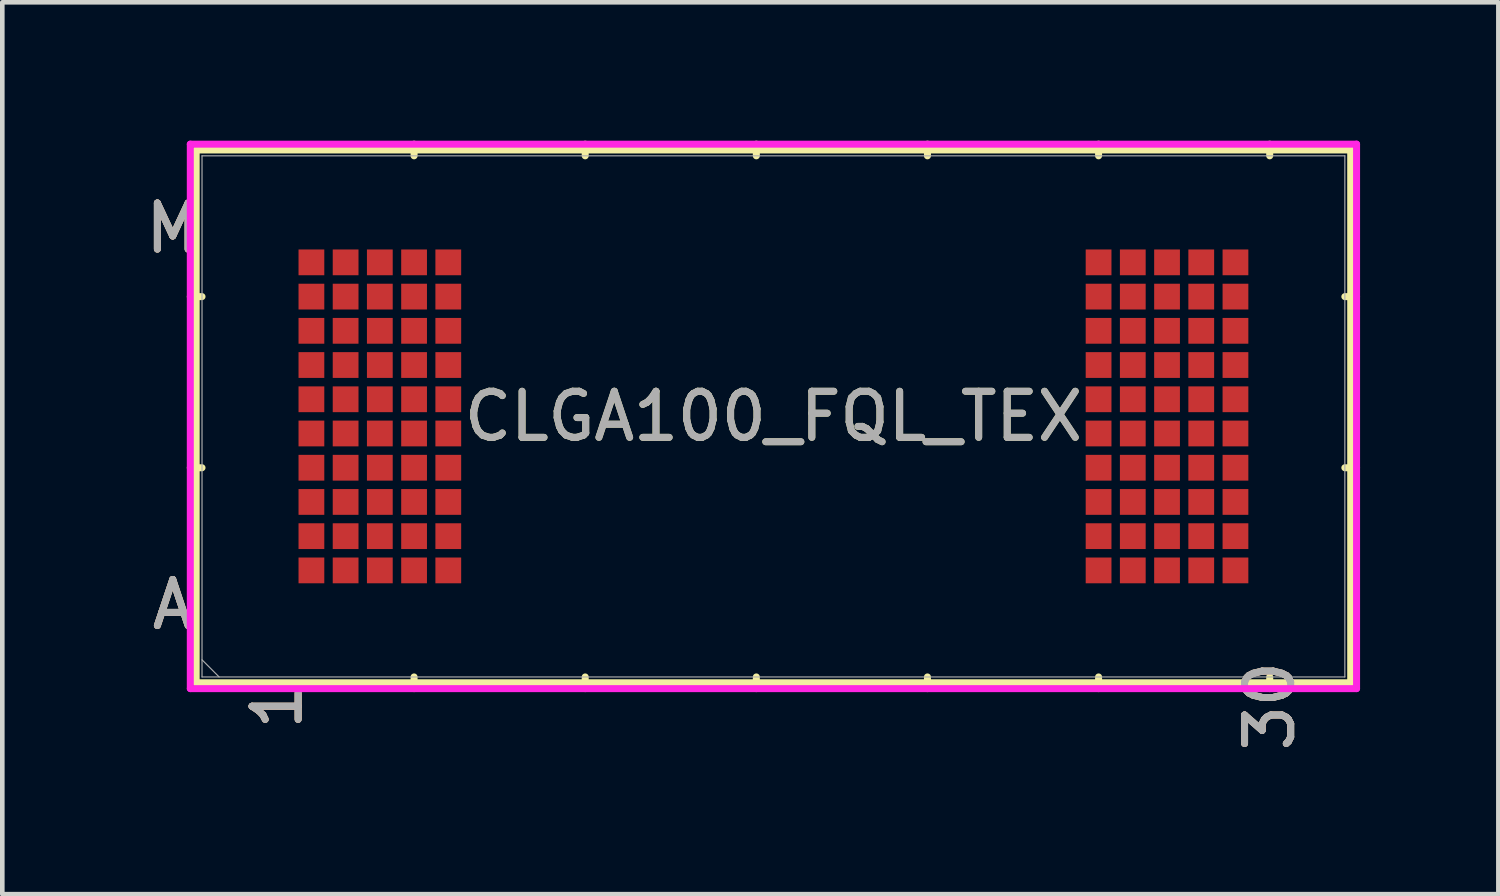
<source format=kicad_pcb>
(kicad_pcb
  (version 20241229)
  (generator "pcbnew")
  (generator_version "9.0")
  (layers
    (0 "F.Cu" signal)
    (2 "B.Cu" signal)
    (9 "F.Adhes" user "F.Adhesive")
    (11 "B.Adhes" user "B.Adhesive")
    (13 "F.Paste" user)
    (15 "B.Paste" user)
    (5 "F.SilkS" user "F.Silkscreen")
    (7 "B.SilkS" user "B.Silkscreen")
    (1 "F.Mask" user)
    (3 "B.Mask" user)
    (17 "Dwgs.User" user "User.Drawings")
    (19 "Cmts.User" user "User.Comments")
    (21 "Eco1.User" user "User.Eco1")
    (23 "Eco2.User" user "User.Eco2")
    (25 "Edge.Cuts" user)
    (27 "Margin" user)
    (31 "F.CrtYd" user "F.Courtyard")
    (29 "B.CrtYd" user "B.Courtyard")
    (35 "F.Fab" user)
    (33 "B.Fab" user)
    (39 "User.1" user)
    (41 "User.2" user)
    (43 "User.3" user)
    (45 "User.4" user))
  (footprint "CLGA100_FQL_TEX"
    (layer "F.Cu")
    (at 13.727 5.982)
    (property "Reference" "CLGA100_FQL_TEX" (at 0 0 0) (unlocked yes) (layer "F.SilkS") (effects (font (size 1 1) (thickness 0.15))))
    (attr smd)
    (fp_line (start -12.522 -5.779) (end -12.522 5.779) (stroke (width 0.152) (type solid)) (layer "F.SilkS"))
    (fp_line (start -12.522 5.779) (end 12.522 5.779) (stroke (width 0.152) (type solid)) (layer "F.SilkS"))
    (fp_line (start -12.395 -2.598) (end -12.649 -2.598) (stroke (width 0.152) (type solid)) (layer "F.SilkS"))
    (fp_line (start -12.395 1.114) (end -12.649 1.114) (stroke (width 0.152) (type solid)) (layer "F.SilkS"))
    (fp_line (start -7.795 -5.652) (end -7.795 -5.905) (stroke (width 0.152) (type solid)) (layer "F.SilkS"))
    (fp_line (start -7.795 5.652) (end -7.795 5.905) (stroke (width 0.152) (type solid)) (layer "F.SilkS"))
    (fp_line (start -4.083 -5.652) (end -4.083 -5.905) (stroke (width 0.152) (type solid)) (layer "F.SilkS"))
    (fp_line (start -4.083 5.652) (end -4.083 5.905) (stroke (width 0.152) (type solid)) (layer "F.SilkS"))
    (fp_line (start -0.371 -5.652) (end -0.371 -5.905) (stroke (width 0.152) (type solid)) (layer "F.SilkS"))
    (fp_line (start -0.371 5.652) (end -0.371 5.905) (stroke (width 0.152) (type solid)) (layer "F.SilkS"))
    (fp_line (start 3.341 -5.652) (end 3.341 -5.905) (stroke (width 0.152) (type solid)) (layer "F.SilkS"))
    (fp_line (start 3.341 5.652) (end 3.341 5.905) (stroke (width 0.152) (type solid)) (layer "F.SilkS"))
    (fp_line (start 7.053 -5.652) (end 7.053 -5.905) (stroke (width 0.152) (type solid)) (layer "F.SilkS"))
    (fp_line (start 7.053 5.652) (end 7.053 5.905) (stroke (width 0.152) (type solid)) (layer "F.SilkS"))
    (fp_line (start 10.765 -5.652) (end 10.765 -5.905) (stroke (width 0.152) (type solid)) (layer "F.SilkS"))
    (fp_line (start 10.765 5.652) (end 10.765 5.905) (stroke (width 0.152) (type solid)) (layer "F.SilkS"))
    (fp_line (start 12.395 -2.598) (end 12.649 -2.598) (stroke (width 0.152) (type solid)) (layer "F.SilkS"))
    (fp_line (start 12.395 1.114) (end 12.649 1.114) (stroke (width 0.152) (type solid)) (layer "F.SilkS"))
    (fp_line (start 12.522 -5.779) (end -12.522 -5.779) (stroke (width 0.152) (type solid)) (layer "F.SilkS"))
    (fp_line (start 12.522 5.779) (end 12.522 -5.779) (stroke (width 0.152) (type solid)) (layer "F.SilkS"))
    (fp_poly (pts (xy -11.581 -4.899) (xy 11.581 -4.899) (xy 11.581 4.899) (xy -11.581 4.899)) (stroke (width 0.1) (type solid)) (fill no) (layer "Eco2.User"))
    (fp_line (start -12.649 -5.905) (end 12.649 -5.905) (stroke (width 0.152) (type solid)) (layer "F.CrtYd"))
    (fp_line (start -12.649 5.905) (end -12.649 -5.905) (stroke (width 0.152) (type solid)) (layer "F.CrtYd"))
    (fp_line (start 12.649 -5.905) (end 12.649 5.905) (stroke (width 0.152) (type solid)) (layer "F.CrtYd"))
    (fp_line (start 12.649 5.905) (end -12.649 5.905) (stroke (width 0.152) (type solid)) (layer "F.CrtYd"))
    (fp_line (start -12.395 -5.652) (end -12.395 5.652) (stroke (width 0.025) (type solid)) (layer "F.Fab"))
    (fp_line (start -12.395 5.28) (end -12.024 5.652) (stroke (width 0.025) (type solid)) (layer "F.Fab"))
    (fp_line (start -12.395 5.652) (end 12.395 5.652) (stroke (width 0.025) (type solid)) (layer "F.Fab"))
    (fp_line (start 12.395 -5.652) (end -12.395 -5.652) (stroke (width 0.025) (type solid)) (layer "F.Fab"))
    (fp_line (start 12.395 5.652) (end 12.395 -5.652) (stroke (width 0.025) (type solid)) (layer "F.Fab"))
    (fp_text user "A" (at -13.03 4.083 0) (unlocked yes) (layer "F.SilkS") (effects (font (size 1 1) (thickness 0.15))))
    (fp_text user "1" (at -10.765 6.287 90) (unlocked yes) (layer "F.SilkS") (effects (font (size 1 1) (thickness 0.15))))
    (fp_text user "M" (at -13.03 -4.083 0) (unlocked yes) (layer "F.SilkS") (effects (font (size 1 1) (thickness 0.15))))
    (fp_text user "30" (at 10.765 6.287 90) (unlocked yes) (layer "F.SilkS") (effects (font (size 1 1) (thickness 0.15))))
    (fp_text user "1" (at -10.765 6.287 90) (unlocked yes) (layer "B.SilkS") (effects (font (size 1 1) (thickness 0.15))))
    (fp_text user "30" (at 10.765 6.287 90) (unlocked yes) (layer "B.SilkS") (effects (font (size 1 1) (thickness 0.15))))
    (fp_text user "A" (at -13.03 4.083 0) (unlocked yes) (layer "B.SilkS") (effects (font (size 1 1) (thickness 0.15))))
    (fp_text user "M" (at -13.03 -4.083 0) (unlocked yes) (layer "B.SilkS") (effects (font (size 1 1) (thickness 0.15))))
    (fp_text user "30" (at 10.765 6.287 90) (unlocked yes) (layer "F.Fab") (effects (font (size 1 1) (thickness 0.15))))
    (fp_text user "${REFERENCE}" (at 0 0 0) (unlocked yes) (layer "F.Fab") (effects (font (size 1 1) (thickness 0.15))))
    (fp_text user "A" (at -13.03 4.083 0) (unlocked yes) (layer "F.Fab") (effects (font (size 1 1) (thickness 0.15))))
    (fp_text user "1" (at -10.765 6.287 90) (unlocked yes) (layer "F.Fab") (effects (font (size 1 1) (thickness 0.15))))
    (fp_text user "M" (at -13.03 -4.083 0) (unlocked yes) (layer "F.Fab") (effects (font (size 1 1) (thickness 0.15))))
    (pad "B2" smd rect (at -10.022 3.341) (size 0.559 0.559) (layers "F.Cu" "F.Mask" "F.Paste"))
    (pad "B3" smd rect (at -9.28 3.341) (size 0.559 0.559) (layers "F.Cu" "F.Mask" "F.Paste"))
    (pad "B4" smd rect (at -8.538 3.341) (size 0.559 0.559) (layers "F.Cu" "F.Mask" "F.Paste"))
    (pad "B5" smd rect (at -7.795 3.341) (size 0.559 0.559) (layers "F.Cu" "F.Mask" "F.Paste"))
    (pad "B6" smd rect (at -7.053 3.341) (size 0.559 0.559) (layers "F.Cu" "F.Mask" "F.Paste"))
    (pad "B25" smd rect (at 7.053 3.341) (size 0.559 0.559) (layers "F.Cu" "F.Mask" "F.Paste"))
    (pad "B26" smd rect (at 7.795 3.341) (size 0.559 0.559) (layers "F.Cu" "F.Mask" "F.Paste"))
    (pad "B27" smd rect (at 8.538 3.341) (size 0.559 0.559) (layers "F.Cu" "F.Mask" "F.Paste"))
    (pad "B28" smd rect (at 9.28 3.341) (size 0.559 0.559) (layers "F.Cu" "F.Mask" "F.Paste"))
    (pad "B29" smd rect (at 10.022 3.341) (size 0.559 0.559) (layers "F.Cu" "F.Mask" "F.Paste"))
    (pad "C2" smd rect (at -10.022 2.598) (size 0.559 0.559) (layers "F.Cu" "F.Mask" "F.Paste"))
    (pad "C3" smd rect (at -9.28 2.598) (size 0.559 0.559) (layers "F.Cu" "F.Mask" "F.Paste"))
    (pad "C4" smd rect (at -8.538 2.598) (size 0.559 0.559) (layers "F.Cu" "F.Mask" "F.Paste"))
    (pad "C5" smd rect (at -7.795 2.598) (size 0.559 0.559) (layers "F.Cu" "F.Mask" "F.Paste"))
    (pad "C6" smd rect (at -7.053 2.598) (size 0.559 0.559) (layers "F.Cu" "F.Mask" "F.Paste"))
    (pad "C25" smd rect (at 7.053 2.598) (size 0.559 0.559) (layers "F.Cu" "F.Mask" "F.Paste"))
    (pad "C26" smd rect (at 7.795 2.598) (size 0.559 0.559) (layers "F.Cu" "F.Mask" "F.Paste"))
    (pad "C27" smd rect (at 8.538 2.598) (size 0.559 0.559) (layers "F.Cu" "F.Mask" "F.Paste"))
    (pad "C28" smd rect (at 9.28 2.598) (size 0.559 0.559) (layers "F.Cu" "F.Mask" "F.Paste"))
    (pad "C29" smd rect (at 10.022 2.598) (size 0.559 0.559) (layers "F.Cu" "F.Mask" "F.Paste"))
    (pad "D2" smd rect (at -10.022 1.856) (size 0.559 0.559) (layers "F.Cu" "F.Mask" "F.Paste"))
    (pad "D3" smd rect (at -9.28 1.856) (size 0.559 0.559) (layers "F.Cu" "F.Mask" "F.Paste"))
    (pad "D4" smd rect (at -8.538 1.856) (size 0.559 0.559) (layers "F.Cu" "F.Mask" "F.Paste"))
    (pad "D5" smd rect (at -7.795 1.856) (size 0.559 0.559) (layers "F.Cu" "F.Mask" "F.Paste"))
    (pad "D6" smd rect (at -7.053 1.856) (size 0.559 0.559) (layers "F.Cu" "F.Mask" "F.Paste"))
    (pad "D25" smd rect (at 7.053 1.856) (size 0.559 0.559) (layers "F.Cu" "F.Mask" "F.Paste"))
    (pad "D26" smd rect (at 7.795 1.856) (size 0.559 0.559) (layers "F.Cu" "F.Mask" "F.Paste"))
    (pad "D27" smd rect (at 8.538 1.856) (size 0.559 0.559) (layers "F.Cu" "F.Mask" "F.Paste"))
    (pad "D28" smd rect (at 9.28 1.856) (size 0.559 0.559) (layers "F.Cu" "F.Mask" "F.Paste"))
    (pad "D29" smd rect (at 10.022 1.856) (size 0.559 0.559) (layers "F.Cu" "F.Mask" "F.Paste"))
    (pad "E2" smd rect (at -10.022 1.114) (size 0.559 0.559) (layers "F.Cu" "F.Mask" "F.Paste"))
    (pad "E3" smd rect (at -9.28 1.114) (size 0.559 0.559) (layers "F.Cu" "F.Mask" "F.Paste"))
    (pad "E4" smd rect (at -8.538 1.114) (size 0.559 0.559) (layers "F.Cu" "F.Mask" "F.Paste"))
    (pad "E5" smd rect (at -7.795 1.114) (size 0.559 0.559) (layers "F.Cu" "F.Mask" "F.Paste"))
    (pad "E6" smd rect (at -7.053 1.114) (size 0.559 0.559) (layers "F.Cu" "F.Mask" "F.Paste"))
    (pad "E25" smd rect (at 7.053 1.114) (size 0.559 0.559) (layers "F.Cu" "F.Mask" "F.Paste"))
    (pad "E26" smd rect (at 7.795 1.114) (size 0.559 0.559) (layers "F.Cu" "F.Mask" "F.Paste"))
    (pad "E27" smd rect (at 8.538 1.114) (size 0.559 0.559) (layers "F.Cu" "F.Mask" "F.Paste"))
    (pad "E28" smd rect (at 9.28 1.114) (size 0.559 0.559) (layers "F.Cu" "F.Mask" "F.Paste"))
    (pad "E29" smd rect (at 10.022 1.114) (size 0.559 0.559) (layers "F.Cu" "F.Mask" "F.Paste"))
    (pad "F2" smd rect (at -10.022 0.371) (size 0.559 0.559) (layers "F.Cu" "F.Mask" "F.Paste"))
    (pad "F3" smd rect (at -9.28 0.371) (size 0.559 0.559) (layers "F.Cu" "F.Mask" "F.Paste"))
    (pad "F4" smd rect (at -8.538 0.371) (size 0.559 0.559) (layers "F.Cu" "F.Mask" "F.Paste"))
    (pad "F5" smd rect (at -7.795 0.371) (size 0.559 0.559) (layers "F.Cu" "F.Mask" "F.Paste"))
    (pad "F6" smd rect (at -7.053 0.371) (size 0.559 0.559) (layers "F.Cu" "F.Mask" "F.Paste"))
    (pad "F25" smd rect (at 7.053 0.371) (size 0.559 0.559) (layers "F.Cu" "F.Mask" "F.Paste"))
    (pad "F26" smd rect (at 7.795 0.371) (size 0.559 0.559) (layers "F.Cu" "F.Mask" "F.Paste"))
    (pad "F27" smd rect (at 8.538 0.371) (size 0.559 0.559) (layers "F.Cu" "F.Mask" "F.Paste"))
    (pad "F28" smd rect (at 9.28 0.371) (size 0.559 0.559) (layers "F.Cu" "F.Mask" "F.Paste"))
    (pad "F29" smd rect (at 10.022 0.371) (size 0.559 0.559) (layers "F.Cu" "F.Mask" "F.Paste"))
    (pad "G2" smd rect (at -10.022 -0.371) (size 0.559 0.559) (layers "F.Cu" "F.Mask" "F.Paste"))
    (pad "G3" smd rect (at -9.28 -0.371) (size 0.559 0.559) (layers "F.Cu" "F.Mask" "F.Paste"))
    (pad "G4" smd rect (at -8.538 -0.371) (size 0.559 0.559) (layers "F.Cu" "F.Mask" "F.Paste"))
    (pad "G5" smd rect (at -7.795 -0.371) (size 0.559 0.559) (layers "F.Cu" "F.Mask" "F.Paste"))
    (pad "G6" smd rect (at -7.053 -0.371) (size 0.559 0.559) (layers "F.Cu" "F.Mask" "F.Paste"))
    (pad "G25" smd rect (at 7.053 -0.371) (size 0.559 0.559) (layers "F.Cu" "F.Mask" "F.Paste"))
    (pad "G26" smd rect (at 7.795 -0.371) (size 0.559 0.559) (layers "F.Cu" "F.Mask" "F.Paste"))
    (pad "G27" smd rect (at 8.538 -0.371) (size 0.559 0.559) (layers "F.Cu" "F.Mask" "F.Paste"))
    (pad "G28" smd rect (at 9.28 -0.371) (size 0.559 0.559) (layers "F.Cu" "F.Mask" "F.Paste"))
    (pad "G29" smd rect (at 10.022 -0.371) (size 0.559 0.559) (layers "F.Cu" "F.Mask" "F.Paste"))
    (pad "H2" smd rect (at -10.022 -1.114) (size 0.559 0.559) (layers "F.Cu" "F.Mask" "F.Paste"))
    (pad "H3" smd rect (at -9.28 -1.114) (size 0.559 0.559) (layers "F.Cu" "F.Mask" "F.Paste"))
    (pad "H4" smd rect (at -8.538 -1.114) (size 0.559 0.559) (layers "F.Cu" "F.Mask" "F.Paste"))
    (pad "H5" smd rect (at -7.795 -1.114) (size 0.559 0.559) (layers "F.Cu" "F.Mask" "F.Paste"))
    (pad "H6" smd rect (at -7.053 -1.114) (size 0.559 0.559) (layers "F.Cu" "F.Mask" "F.Paste"))
    (pad "H25" smd rect (at 7.053 -1.114) (size 0.559 0.559) (layers "F.Cu" "F.Mask" "F.Paste"))
    (pad "H26" smd rect (at 7.795 -1.114) (size 0.559 0.559) (layers "F.Cu" "F.Mask" "F.Paste"))
    (pad "H27" smd rect (at 8.538 -1.114) (size 0.559 0.559) (layers "F.Cu" "F.Mask" "F.Paste"))
    (pad "H28" smd rect (at 9.28 -1.114) (size 0.559 0.559) (layers "F.Cu" "F.Mask" "F.Paste"))
    (pad "H29" smd rect (at 10.022 -1.114) (size 0.559 0.559) (layers "F.Cu" "F.Mask" "F.Paste"))
    (pad "J2" smd rect (at -10.022 -1.856) (size 0.559 0.559) (layers "F.Cu" "F.Mask" "F.Paste"))
    (pad "J3" smd rect (at -9.28 -1.856) (size 0.559 0.559) (layers "F.Cu" "F.Mask" "F.Paste"))
    (pad "J4" smd rect (at -8.538 -1.856) (size 0.559 0.559) (layers "F.Cu" "F.Mask" "F.Paste"))
    (pad "J5" smd rect (at -7.795 -1.856) (size 0.559 0.559) (layers "F.Cu" "F.Mask" "F.Paste"))
    (pad "J6" smd rect (at -7.053 -1.856) (size 0.559 0.559) (layers "F.Cu" "F.Mask" "F.Paste"))
    (pad "J25" smd rect (at 7.053 -1.856) (size 0.559 0.559) (layers "F.Cu" "F.Mask" "F.Paste"))
    (pad "J26" smd rect (at 7.795 -1.856) (size 0.559 0.559) (layers "F.Cu" "F.Mask" "F.Paste"))
    (pad "J27" smd rect (at 8.538 -1.856) (size 0.559 0.559) (layers "F.Cu" "F.Mask" "F.Paste"))
    (pad "J28" smd rect (at 9.28 -1.856) (size 0.559 0.559) (layers "F.Cu" "F.Mask" "F.Paste"))
    (pad "J29" smd rect (at 10.022 -1.856) (size 0.559 0.559) (layers "F.Cu" "F.Mask" "F.Paste"))
    (pad "K2" smd rect (at -10.022 -2.598) (size 0.559 0.559) (layers "F.Cu" "F.Mask" "F.Paste"))
    (pad "K3" smd rect (at -9.28 -2.598) (size 0.559 0.559) (layers "F.Cu" "F.Mask" "F.Paste"))
    (pad "K4" smd rect (at -8.538 -2.598) (size 0.559 0.559) (layers "F.Cu" "F.Mask" "F.Paste"))
    (pad "K5" smd rect (at -7.795 -2.598) (size 0.559 0.559) (layers "F.Cu" "F.Mask" "F.Paste"))
    (pad "K6" smd rect (at -7.053 -2.598) (size 0.559 0.559) (layers "F.Cu" "F.Mask" "F.Paste"))
    (pad "K25" smd rect (at 7.053 -2.598) (size 0.559 0.559) (layers "F.Cu" "F.Mask" "F.Paste"))
    (pad "K26" smd rect (at 7.795 -2.598) (size 0.559 0.559) (layers "F.Cu" "F.Mask" "F.Paste"))
    (pad "K27" smd rect (at 8.538 -2.598) (size 0.559 0.559) (layers "F.Cu" "F.Mask" "F.Paste"))
    (pad "K28" smd rect (at 9.28 -2.598) (size 0.559 0.559) (layers "F.Cu" "F.Mask" "F.Paste"))
    (pad "K29" smd rect (at 10.022 -2.598) (size 0.559 0.559) (layers "F.Cu" "F.Mask" "F.Paste"))
    (pad "L2" smd rect (at -10.022 -3.341) (size 0.559 0.559) (layers "F.Cu" "F.Mask" "F.Paste"))
    (pad "L3" smd rect (at -9.28 -3.341) (size 0.559 0.559) (layers "F.Cu" "F.Mask" "F.Paste"))
    (pad "L4" smd rect (at -8.538 -3.341) (size 0.559 0.559) (layers "F.Cu" "F.Mask" "F.Paste"))
    (pad "L5" smd rect (at -7.795 -3.341) (size 0.559 0.559) (layers "F.Cu" "F.Mask" "F.Paste"))
    (pad "L6" smd rect (at -7.053 -3.341) (size 0.559 0.559) (layers "F.Cu" "F.Mask" "F.Paste"))
    (pad "L25" smd rect (at 7.053 -3.341) (size 0.559 0.559) (layers "F.Cu" "F.Mask" "F.Paste"))
    (pad "L26" smd rect (at 7.795 -3.341) (size 0.559 0.559) (layers "F.Cu" "F.Mask" "F.Paste"))
    (pad "L27" smd rect (at 8.538 -3.341) (size 0.559 0.559) (layers "F.Cu" "F.Mask" "F.Paste"))
    (pad "L28" smd rect (at 9.28 -3.341) (size 0.559 0.559) (layers "F.Cu" "F.Mask" "F.Paste"))
    (pad "L29" smd rect (at 10.022 -3.341) (size 0.559 0.559) (layers "F.Cu" "F.Mask" "F.Paste")))
  (gr_rect
    (start -3 -3)
    (end 29.452 16.346)
    (stroke (width 0.1) (type default))
    (fill no)
    (layer "Edge.Cuts")))
</source>
